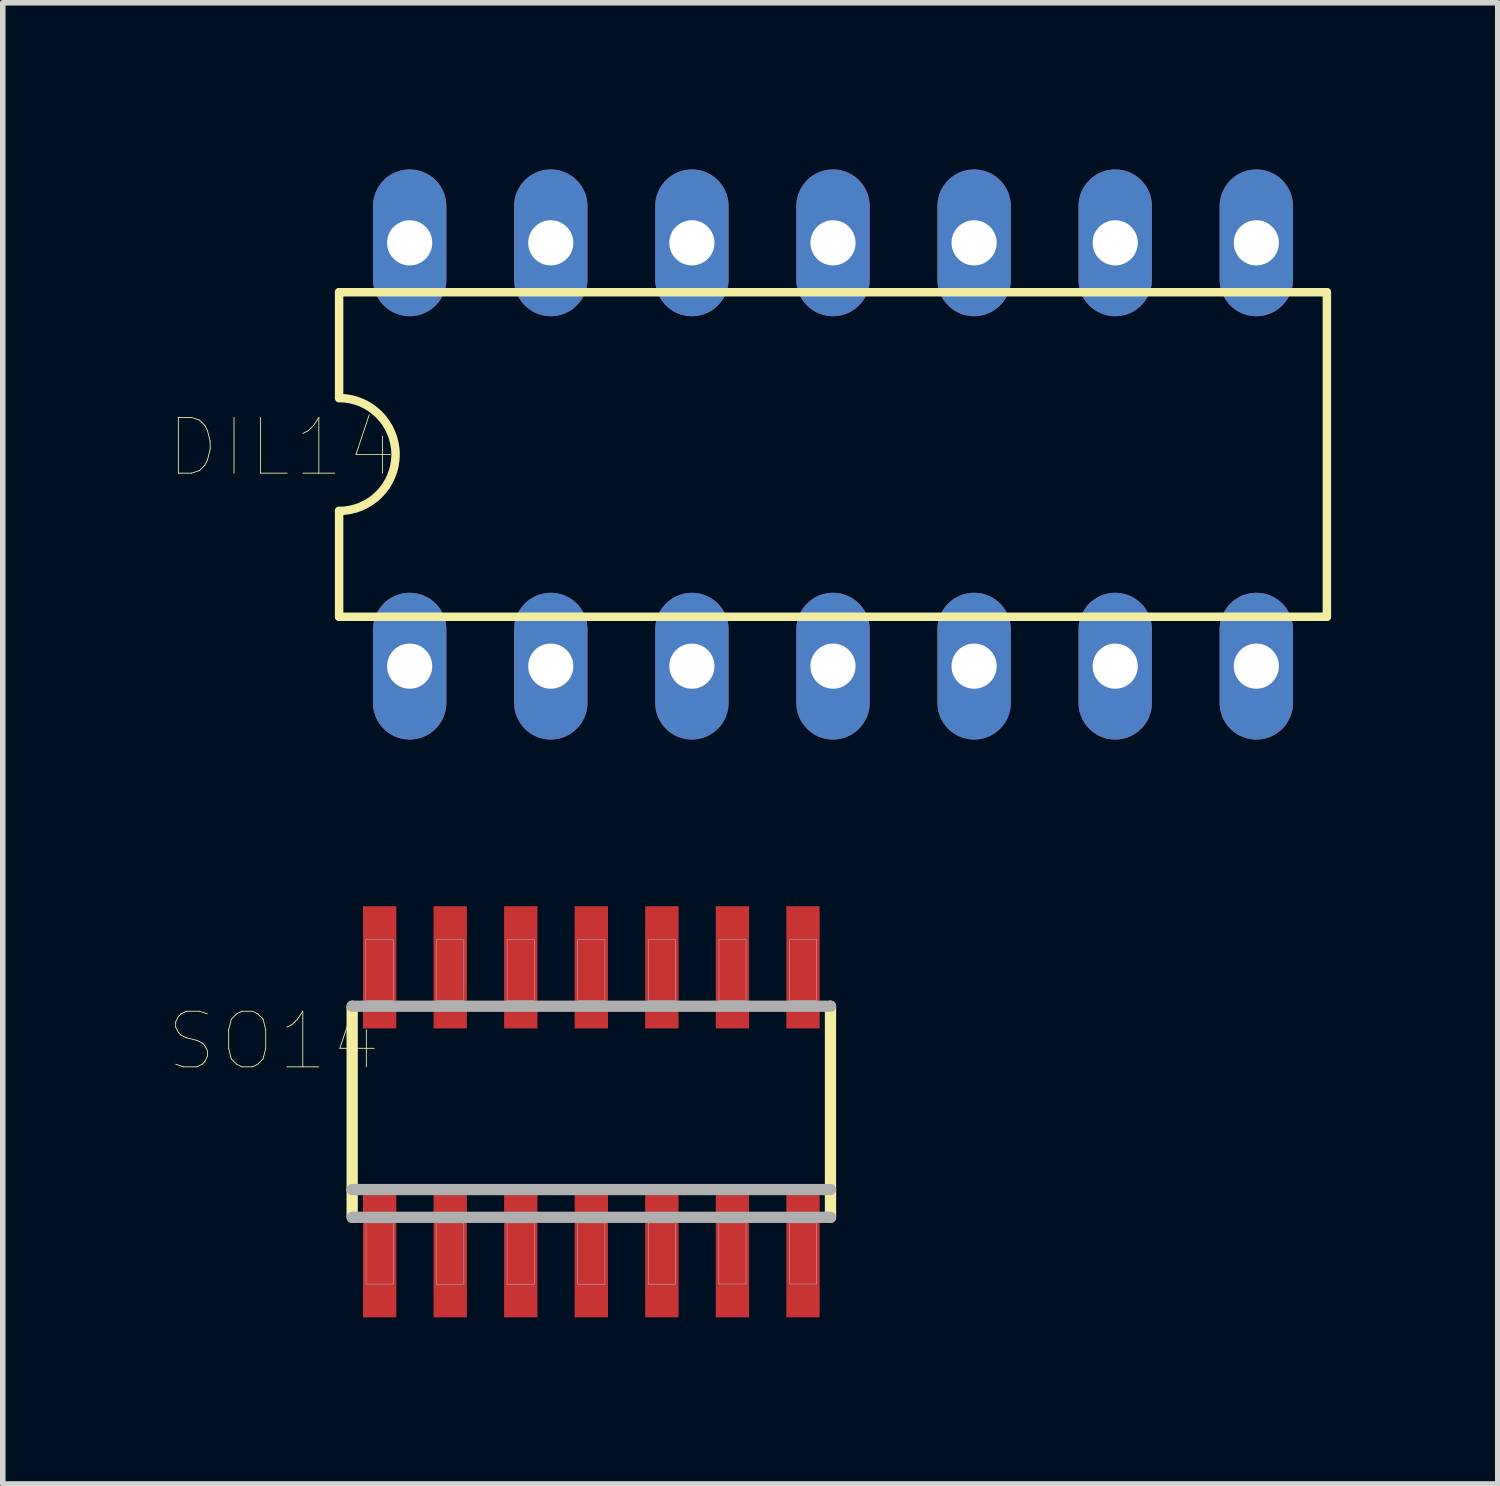
<source format=kicad_pcb>
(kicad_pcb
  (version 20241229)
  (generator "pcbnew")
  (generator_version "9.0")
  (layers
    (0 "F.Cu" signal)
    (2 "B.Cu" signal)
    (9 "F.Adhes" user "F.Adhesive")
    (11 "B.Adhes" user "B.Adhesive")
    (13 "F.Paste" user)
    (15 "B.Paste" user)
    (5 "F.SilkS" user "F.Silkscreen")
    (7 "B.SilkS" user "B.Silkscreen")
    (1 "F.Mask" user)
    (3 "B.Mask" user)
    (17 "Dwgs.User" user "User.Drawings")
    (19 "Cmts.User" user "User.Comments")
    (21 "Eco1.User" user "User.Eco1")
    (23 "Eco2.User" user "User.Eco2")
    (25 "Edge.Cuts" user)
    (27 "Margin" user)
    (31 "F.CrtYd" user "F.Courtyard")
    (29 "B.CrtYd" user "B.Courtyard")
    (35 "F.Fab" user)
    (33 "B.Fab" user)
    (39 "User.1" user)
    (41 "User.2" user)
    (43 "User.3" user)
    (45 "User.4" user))
  (footprint "DIL14"
    (layer "F.Cu")
    (at 11.944 5.131)
    (property "Reference" "DIL14" (at -9.923 -0.127 180) (layer "F.SilkS") (effects (font (size 1.002 1.002) (thickness 0.015))))
    (attr through_hole)
    (fp_line (start -8.89 -2.921) (end -8.89 -1.016) (stroke (width 0.152) (type solid)) (layer "F.SilkS"))
    (fp_line (start -8.89 2.921) (end -8.89 1.016) (stroke (width 0.152) (type solid)) (layer "F.SilkS"))
    (fp_line (start -8.89 2.921) (end 8.89 2.921) (stroke (width 0.152) (type solid)) (layer "F.SilkS"))
    (fp_line (start 8.89 -2.921) (end -8.89 -2.921) (stroke (width 0.152) (type solid)) (layer "F.SilkS"))
    (fp_line (start 8.89 -2.921) (end 8.89 2.921) (stroke (width 0.152) (type solid)) (layer "F.SilkS"))
    (fp_arc (start -8.89 -1.016) (mid -7.874 0) (end -8.89 1.016) (stroke (width 0.1524) (type solid)) (layer "F.SilkS"))
    (pad "1" thru_hole oval (at -7.62 3.81) (size 1.321 2.642) (drill 0.813) (layers "*.Cu" "*.Mask"))
    (pad "2" thru_hole oval (at -5.08 3.81) (size 1.321 2.642) (drill 0.813) (layers "*.Cu" "*.Mask"))
    (pad "3" thru_hole oval (at -2.54 3.81) (size 1.321 2.642) (drill 0.813) (layers "*.Cu" "*.Mask"))
    (pad "4" thru_hole oval (at 0 3.81) (size 1.321 2.642) (drill 0.813) (layers "*.Cu" "*.Mask"))
    (pad "5" thru_hole oval (at 2.54 3.81) (size 1.321 2.642) (drill 0.813) (layers "*.Cu" "*.Mask"))
    (pad "6" thru_hole oval (at 5.08 3.81) (size 1.321 2.642) (drill 0.813) (layers "*.Cu" "*.Mask"))
    (pad "7" thru_hole oval (at 7.62 3.81) (size 1.321 2.642) (drill 0.813) (layers "*.Cu" "*.Mask"))
    (pad "8" thru_hole oval (at 7.62 -3.81) (size 1.321 2.642) (drill 0.813) (layers "*.Cu" "*.Mask"))
    (pad "9" thru_hole oval (at 5.08 -3.81) (size 1.321 2.642) (drill 0.813) (layers "*.Cu" "*.Mask"))
    (pad "10" thru_hole oval (at 2.54 -3.81) (size 1.321 2.642) (drill 0.813) (layers "*.Cu" "*.Mask"))
    (pad "11" thru_hole oval (at 0 -3.81) (size 1.321 2.642) (drill 0.813) (layers "*.Cu" "*.Mask"))
    (pad "12" thru_hole oval (at -2.54 -3.81) (size 1.321 2.642) (drill 0.813) (layers "*.Cu" "*.Mask"))
    (pad "13" thru_hole oval (at -5.08 -3.81) (size 1.321 2.642) (drill 0.813) (layers "*.Cu" "*.Mask"))
    (pad "14" thru_hole oval (at -7.62 -3.81) (size 1.321 2.642) (drill 0.813) (layers "*.Cu" "*.Mask")))
  (footprint "SO14"
    (layer "F.Cu")
    (at 7.594 16.962)
    (property "Reference" "SO14" (at -5.718 -1.271 180) (layer "F.SilkS") (effects (font (size 1.001 1.001) (thickness 0.015))))
    (attr through_hole)
    (fp_line (start -4.305 1.4) (end -4.305 -1.9) (stroke (width 0.203) (type solid)) (layer "F.SilkS"))
    (fp_line (start -4.305 1.9) (end -4.305 1.4) (stroke (width 0.203) (type solid)) (layer "F.SilkS"))
    (fp_line (start 4.305 -1.9) (end 4.305 1.4) (stroke (width 0.203) (type solid)) (layer "F.SilkS"))
    (fp_line (start 4.305 1.4) (end 4.305 1.9) (stroke (width 0.203) (type solid)) (layer "F.SilkS"))
    (fp_line (start -4.305 -1.9) (end 4.305 -1.9) (stroke (width 0.203) (type solid)) (layer "F.Fab"))
    (fp_line (start 4.305 1.4) (end -4.305 1.4) (stroke (width 0.203) (type solid)) (layer "F.Fab"))
    (fp_line (start 4.305 1.9) (end -4.305 1.9) (stroke (width 0.203) (type solid)) (layer "F.Fab"))
    (fp_poly (pts (xy -4.062 -3.1) (xy -3.565 -3.1) (xy -3.565 -2.003) (xy -4.062 -2.003)) (stroke (width 0.01) (type solid)) (fill no) (layer "F.Fab"))
    (fp_poly (pts (xy -4.056 2) (xy -3.565 2) (xy -3.565 3.101) (xy -4.056 3.101)) (stroke (width 0.01) (type solid)) (fill no) (layer "F.Fab"))
    (fp_poly (pts (xy -2.79 -3.1) (xy -2.295 -3.1) (xy -2.295 -2.004) (xy -2.79 -2.004)) (stroke (width 0.01) (type solid)) (fill no) (layer "F.Fab"))
    (fp_poly (pts (xy -2.789 2) (xy -2.295 2) (xy -2.295 3.104) (xy -2.789 3.104)) (stroke (width 0.01) (type solid)) (fill no) (layer "F.Fab"))
    (fp_poly (pts (xy -1.517 2) (xy -1.025 2) (xy -1.025 3.103) (xy -1.517 3.103)) (stroke (width 0.01) (type solid)) (fill no) (layer "F.Fab"))
    (fp_poly (pts (xy -1.516 -3.1) (xy -1.025 -3.1) (xy -1.025 -2.002) (xy -1.516 -2.002)) (stroke (width 0.01) (type solid)) (fill no) (layer "F.Fab"))
    (fp_poly (pts (xy -0.245 -3.1) (xy 0.245 -3.1) (xy 0.245 -2.002) (xy -0.245 -2.002)) (stroke (width 0.01) (type solid)) (fill no) (layer "F.Fab"))
    (fp_poly (pts (xy -0.245 2) (xy 0.245 2) (xy 0.245 3.103) (xy -0.245 3.103)) (stroke (width 0.01) (type solid)) (fill no) (layer "F.Fab"))
    (fp_poly (pts (xy 1.026 2) (xy 1.515 2) (xy 1.515 3.103) (xy 1.026 3.103)) (stroke (width 0.01) (type solid)) (fill no) (layer "F.Fab"))
    (fp_poly (pts (xy 1.026 -3.1) (xy 1.515 -3.1) (xy 1.515 -2.002) (xy 1.026 -2.002)) (stroke (width 0.01) (type solid)) (fill no) (layer "F.Fab"))
    (fp_poly (pts (xy 2.295 2) (xy 2.785 2) (xy 2.785 3.1) (xy 2.295 3.1)) (stroke (width 0.01) (type solid)) (fill no) (layer "F.Fab"))
    (fp_poly (pts (xy 2.297 -3.1) (xy 2.785 -3.1) (xy 2.785 -2.002) (xy 2.297 -2.002)) (stroke (width 0.01) (type solid)) (fill no) (layer "F.Fab"))
    (fp_poly (pts (xy 3.565 2) (xy 4.055 2) (xy 4.055 3.1) (xy 3.565 3.1)) (stroke (width 0.01) (type solid)) (fill no) (layer "F.Fab"))
    (fp_poly (pts (xy 3.57 -3.1) (xy 4.055 -3.1) (xy 4.055 -2.003) (xy 3.57 -2.003)) (stroke (width 0.01) (type solid)) (fill no) (layer "F.Fab"))
    (pad "1" smd rect (at -3.81 2.6) (size 0.6 2.2) (layers "F.Cu" "F.Mask" "F.Paste"))
    (pad "2" smd rect (at -2.54 2.6) (size 0.6 2.2) (layers "F.Cu" "F.Mask" "F.Paste"))
    (pad "3" smd rect (at -1.27 2.6) (size 0.6 2.2) (layers "F.Cu" "F.Mask" "F.Paste"))
    (pad "4" smd rect (at 0 2.6) (size 0.6 2.2) (layers "F.Cu" "F.Mask" "F.Paste"))
    (pad "5" smd rect (at 1.27 2.6) (size 0.6 2.2) (layers "F.Cu" "F.Mask" "F.Paste"))
    (pad "6" smd rect (at 2.54 2.6) (size 0.6 2.2) (layers "F.Cu" "F.Mask" "F.Paste"))
    (pad "7" smd rect (at 3.81 2.6) (size 0.6 2.2) (layers "F.Cu" "F.Mask" "F.Paste"))
    (pad "8" smd rect (at 3.81 -2.6) (size 0.6 2.2) (layers "F.Cu" "F.Mask" "F.Paste"))
    (pad "9" smd rect (at 2.54 -2.6) (size 0.6 2.2) (layers "F.Cu" "F.Mask" "F.Paste"))
    (pad "10" smd rect (at 1.27 -2.6) (size 0.6 2.2) (layers "F.Cu" "F.Mask" "F.Paste"))
    (pad "11" smd rect (at 0 -2.6) (size 0.6 2.2) (layers "F.Cu" "F.Mask" "F.Paste"))
    (pad "12" smd rect (at -1.27 -2.6) (size 0.6 2.2) (layers "F.Cu" "F.Mask" "F.Paste"))
    (pad "13" smd rect (at -2.54 -2.6) (size 0.6 2.2) (layers "F.Cu" "F.Mask" "F.Paste"))
    (pad "14" smd rect (at -3.81 -2.6) (size 0.6 2.2) (layers "F.Cu" "F.Mask" "F.Paste")))
  (gr_rect
    (start -3 -3)
    (end 23.91 23.662)
    (stroke (width 0.1) (type default))
    (fill no)
    (layer "Edge.Cuts")))
</source>
